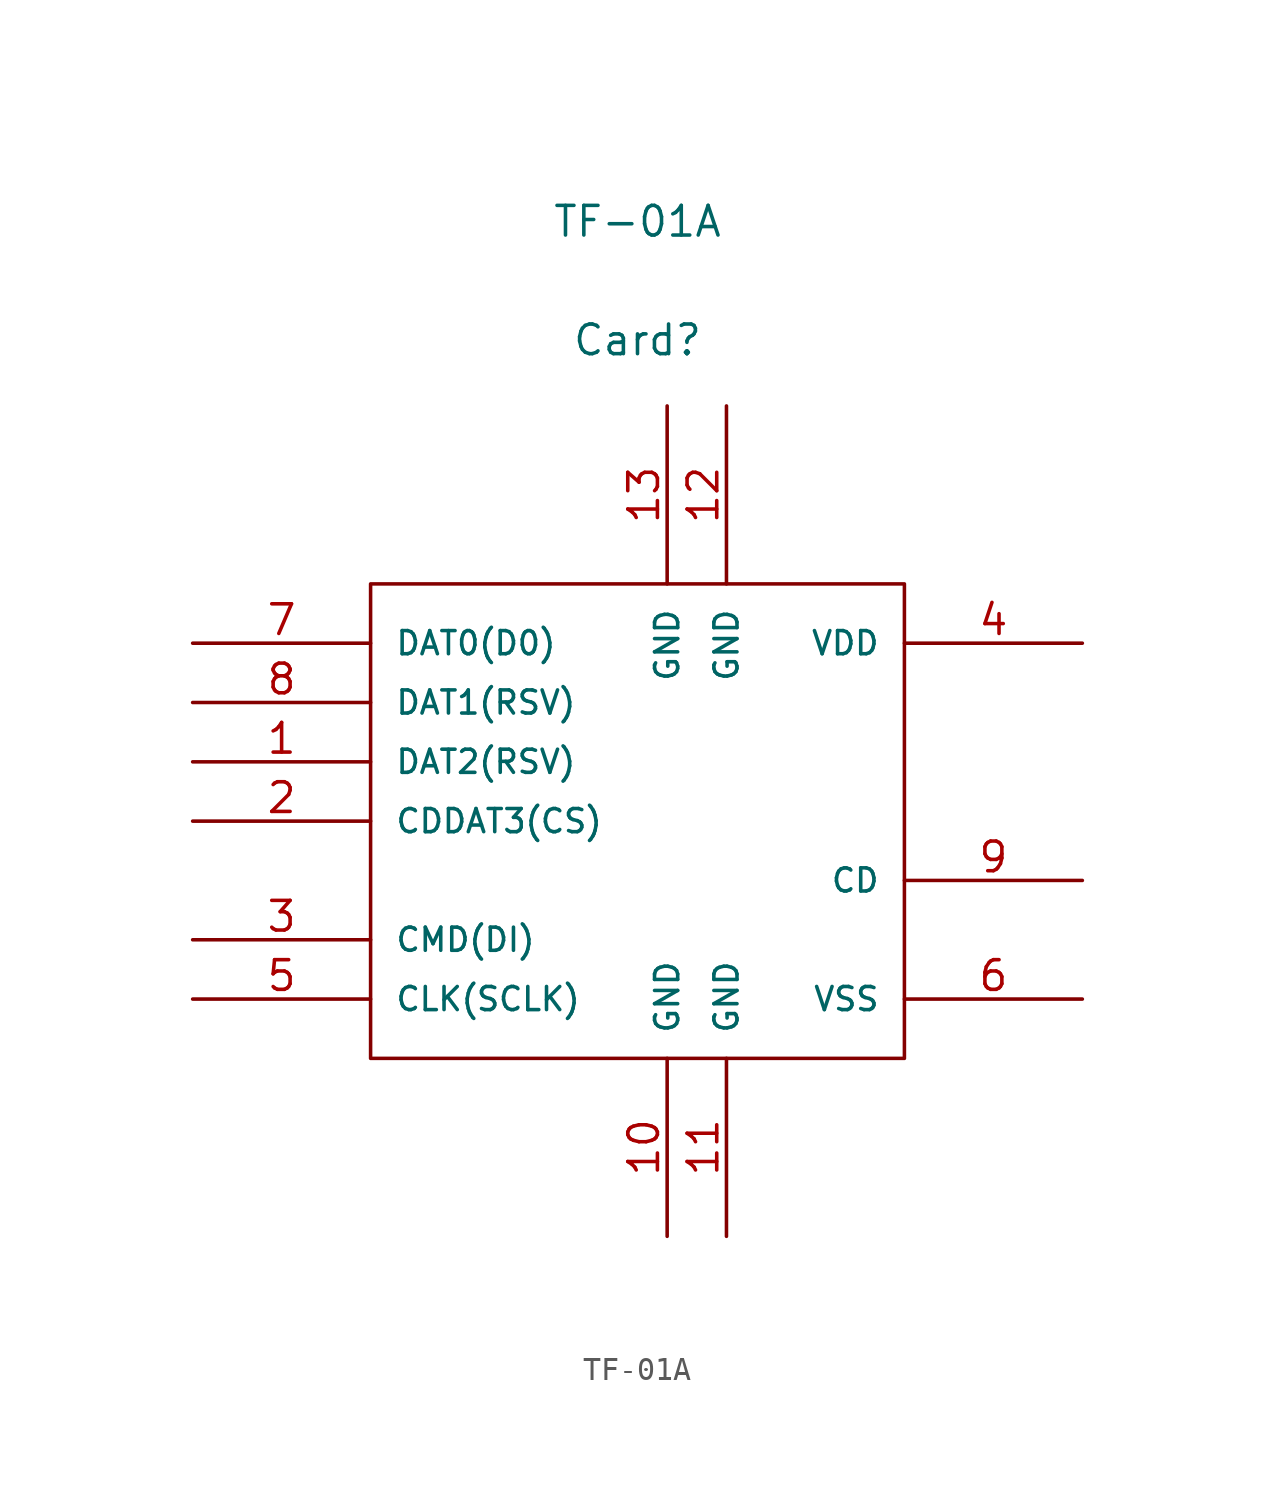
<source format=kicad_sym>
(kicad_symbol_lib
  (version 20231120)
  (generator "kicad_symbol_editor")
  (generator_version "8.0")
  (symbol "TF-01A"
    (pin_names
      (offset 1.016))
    (property "Reference" "Card"
      (at 0 20.599 0)
      (effects (font (size 1.27 1.27))))
    (property "Value" "TF-01A"
      (at 0 25.679 0)
      (effects (font (size 1.27 1.27))))
    (symbol "TF-01A_1_1"
      (rectangle (start -11.43 10.16) (end 11.43 -10.16) (stroke (width 0.152) (type solid)) (fill (type none)))
      (pin bidirectional line (at -19.05 2.54 0) (length 7.62) (name "DAT2(RSV)" (effects (font (size 0.991 0.991)))) (number "1" (effects (font (size 1.27 1.27)))))
      (pin power_in line (at 1.27 -17.78 90) (length 7.62) (name "GND" (effects (font (size 0.991 0.991)))) (number "10" (effects (font (size 1.27 1.27)))))
      (pin power_in line (at 3.81 -17.78 90) (length 7.62) (name "GND" (effects (font (size 0.991 0.991)))) (number "11" (effects (font (size 1.27 1.27)))))
      (pin power_in line (at 3.81 17.78 270) (length 7.62) (name "GND" (effects (font (size 0.991 0.991)))) (number "12" (effects (font (size 1.27 1.27)))))
      (pin power_in line (at 1.27 17.78 270) (length 7.62) (name "GND" (effects (font (size 0.991 0.991)))) (number "13" (effects (font (size 1.27 1.27)))))
      (pin bidirectional line (at -19.05 0 0) (length 7.62) (name "CDDAT3(CS)" (effects (font (size 0.991 0.991)))) (number "2" (effects (font (size 1.27 1.27)))))
      (pin input line (at -19.05 -5.08 0) (length 7.62) (name "CMD(DI)" (effects (font (size 0.991 0.991)))) (number "3" (effects (font (size 1.27 1.27)))))
      (pin power_in line (at 19.05 7.62 180) (length 7.62) (name "VDD" (effects (font (size 0.991 0.991)))) (number "4" (effects (font (size 1.27 1.27)))))
      (pin input line (at -19.05 -7.62 0) (length 7.62) (name "CLK(SCLK)" (effects (font (size 0.991 0.991)))) (number "5" (effects (font (size 1.27 1.27)))))
      (pin power_in line (at 19.05 -7.62 180) (length 7.62) (name "VSS" (effects (font (size 0.991 0.991)))) (number "6" (effects (font (size 1.27 1.27)))))
      (pin bidirectional line (at -19.05 7.62 0) (length 7.62) (name "DAT0(D0)" (effects (font (size 0.991 0.991)))) (number "7" (effects (font (size 1.27 1.27)))))
      (pin bidirectional line (at -19.05 5.08 0) (length 7.62) (name "DAT1(RSV)" (effects (font (size 0.991 0.991)))) (number "8" (effects (font (size 1.27 1.27)))))
      (pin input line (at 19.05 -2.54 180) (length 7.62) (name "CD" (effects (font (size 0.991 0.991)))) (number "9" (effects (font (size 1.27 1.27))))))))
</source>
